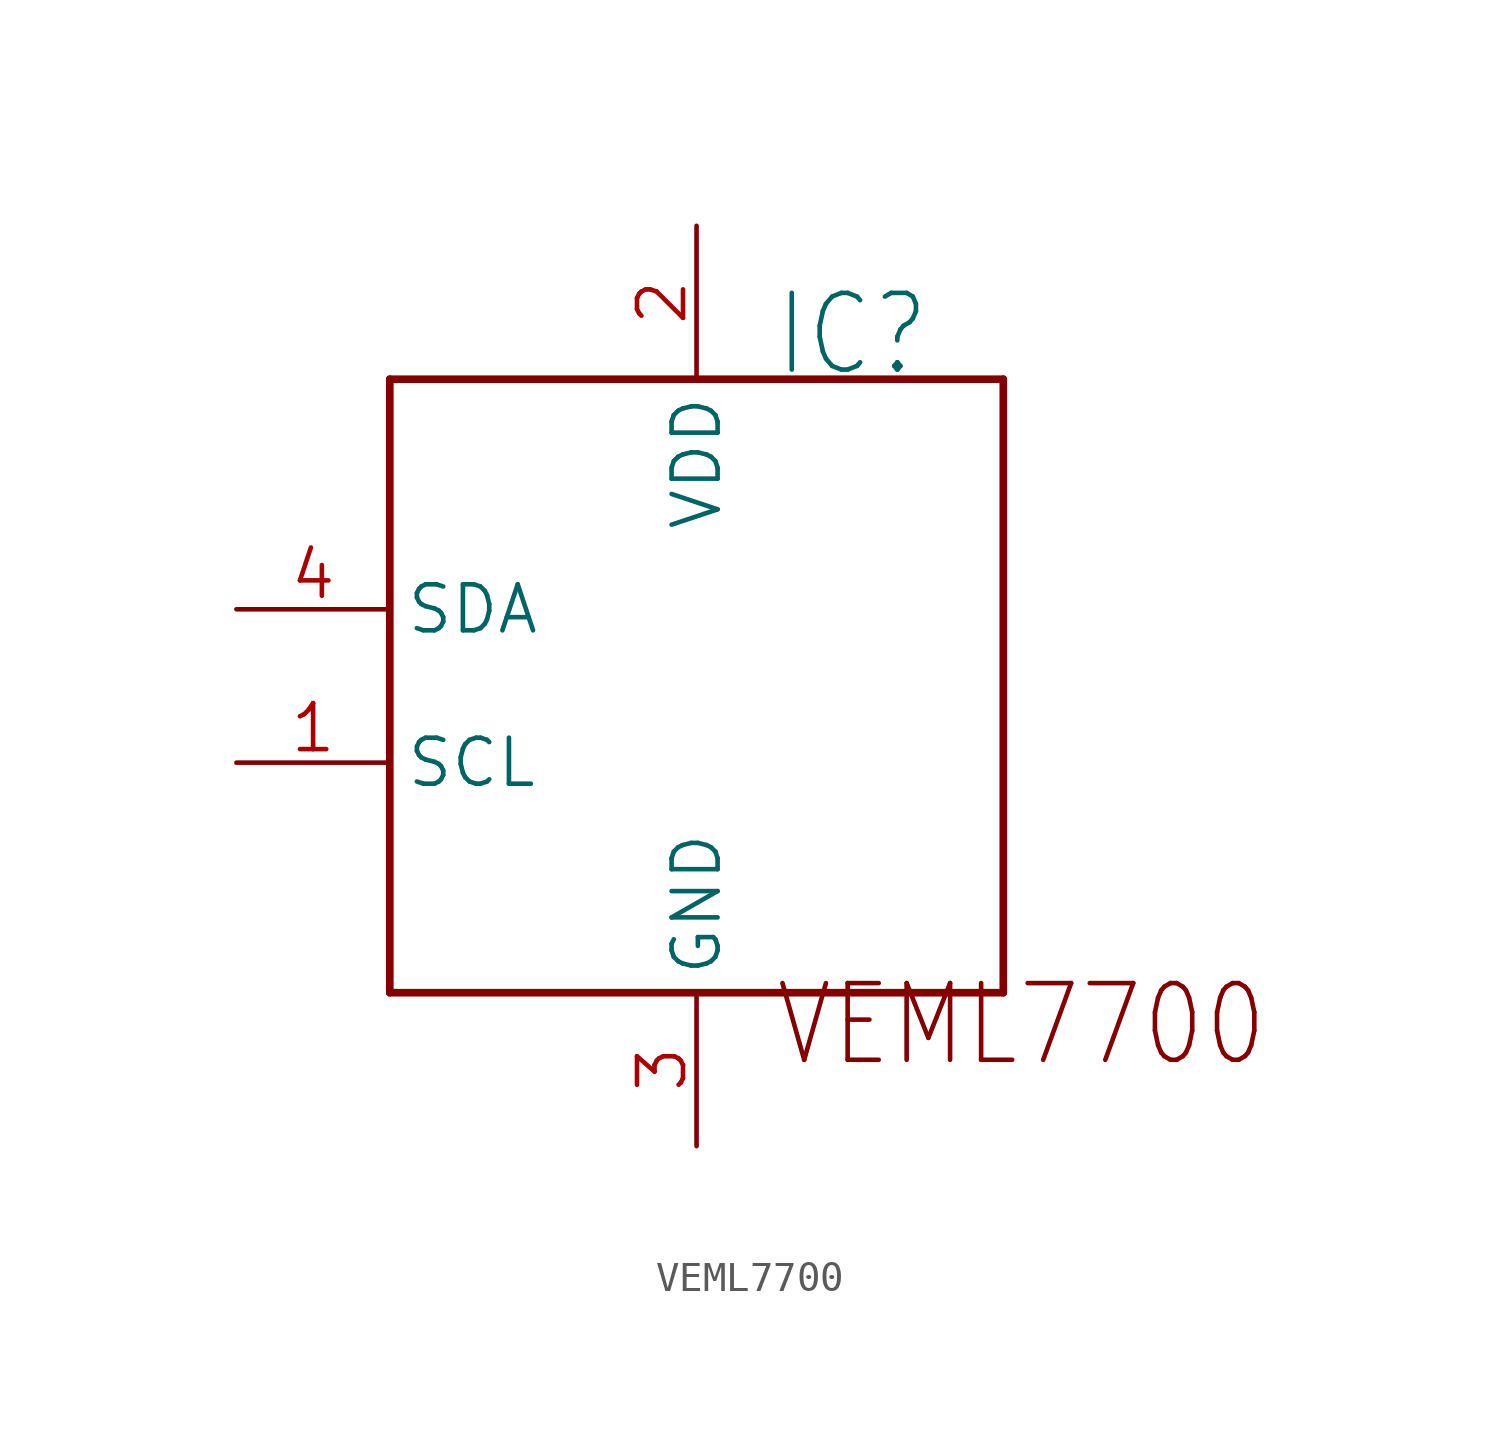
<source format=kicad_sym>
(kicad_symbol_lib
  (version 20241209)
  (generator "kicad_symbol_editor")
  (generator_version "9.0")
  (symbol "VEML7700"
    (property "Reference" "IC"
      (at 2.54 10.16 0)
      (effects (font (size 2.54 2.159)) (justify left bottom)))
    (property "ki_locked" ""
      (at 0 0 0)
      (effects (font (size 1.27 1.27))))
    (symbol "VEML7700_1_0"
      (polyline (pts (xy -10.16 10.16) (xy 10.16 10.16)) (stroke (width 0.254) (type solid)) (fill (type none)))
      (polyline (pts (xy -10.16 -10.16) (xy -10.16 10.16)) (stroke (width 0.254) (type solid)) (fill (type none)))
      (polyline (pts (xy 10.16 10.16) (xy 10.16 -10.16)) (stroke (width 0.254) (type solid)) (fill (type none)))
      (polyline (pts (xy 10.16 -10.16) (xy -10.16 -10.16)) (stroke (width 0.254) (type solid)) (fill (type none)))
      (text "VEML7700" (at 2.54 -12.7 0) (effects (font (size 2.54 2.159)) (justify left bottom)))
      (pin bidirectional line (at -15.24 2.54 0) (length 5.08) (name "SDA" (effects (font (size 1.524 1.524)))) (number "4" (effects (font (size 1.524 1.524)))))
      (pin bidirectional line (at -15.24 -2.54 0) (length 5.08) (name "SCL" (effects (font (size 1.524 1.524)))) (number "1" (effects (font (size 1.524 1.524)))))
      (pin power_in line (at 0 15.24 270) (length 5.08) (name "VDD" (effects (font (size 1.524 1.524)))) (number "2" (effects (font (size 1.524 1.524)))))
      (pin power_in line (at 0 -15.24 90) (length 5.08) (name "GND" (effects (font (size 1.524 1.524)))) (number "3" (effects (font (size 1.524 1.524))))))))
</source>
